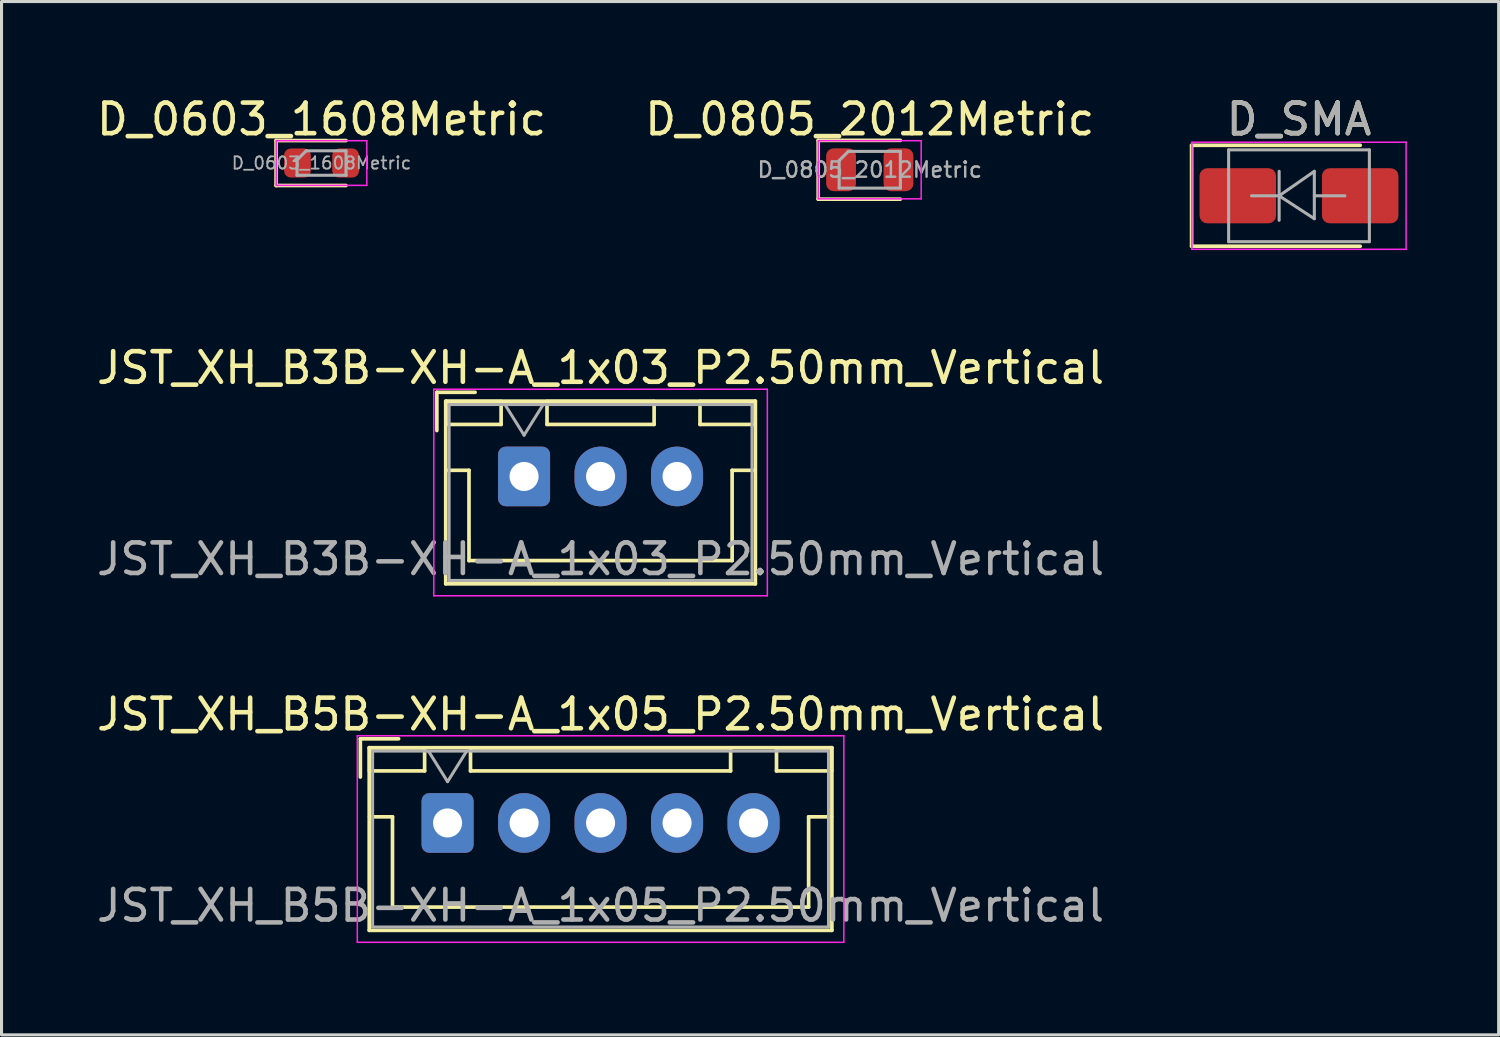
<source format=kicad_pcb>
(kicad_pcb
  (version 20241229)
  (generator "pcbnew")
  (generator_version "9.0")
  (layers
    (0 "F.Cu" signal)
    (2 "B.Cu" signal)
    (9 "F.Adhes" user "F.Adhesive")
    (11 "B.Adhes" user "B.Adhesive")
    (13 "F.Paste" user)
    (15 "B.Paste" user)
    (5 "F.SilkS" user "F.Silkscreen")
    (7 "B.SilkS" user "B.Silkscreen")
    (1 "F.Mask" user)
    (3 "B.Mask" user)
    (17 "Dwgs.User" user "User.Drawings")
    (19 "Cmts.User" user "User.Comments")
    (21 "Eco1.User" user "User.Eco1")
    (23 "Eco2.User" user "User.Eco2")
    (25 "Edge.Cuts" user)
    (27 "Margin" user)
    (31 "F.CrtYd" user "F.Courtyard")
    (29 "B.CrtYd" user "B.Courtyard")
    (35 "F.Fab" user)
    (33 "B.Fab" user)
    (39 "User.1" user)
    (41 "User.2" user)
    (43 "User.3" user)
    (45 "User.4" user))
  (footprint "D_0603_1608Metric"
    (layer "F.Cu")
    (at 7.458 2.278)
    (property "Reference" "D_0603_1608Metric" (at 0 -1.43 0) (layer "F.SilkS") (effects (font (size 1 1) (thickness 0.15))))
    (attr smd)
    (fp_line (start -1.485 -0.735) (end -1.485 0.735) (stroke (width 0.12) (type solid)) (layer "F.SilkS"))
    (fp_line (start -1.485 0.735) (end 0.8 0.735) (stroke (width 0.12) (type solid)) (layer "F.SilkS"))
    (fp_line (start 0.8 -0.735) (end -1.485 -0.735) (stroke (width 0.12) (type solid)) (layer "F.SilkS"))
    (fp_line (start -1.48 -0.73) (end 1.48 -0.73) (stroke (width 0.05) (type solid)) (layer "F.CrtYd"))
    (fp_line (start -1.48 0.73) (end -1.48 -0.73) (stroke (width 0.05) (type solid)) (layer "F.CrtYd"))
    (fp_line (start 1.48 -0.73) (end 1.48 0.73) (stroke (width 0.05) (type solid)) (layer "F.CrtYd"))
    (fp_line (start 1.48 0.73) (end -1.48 0.73) (stroke (width 0.05) (type solid)) (layer "F.CrtYd"))
    (fp_line (start -0.8 -0.1) (end -0.8 0.4) (stroke (width 0.1) (type solid)) (layer "F.Fab"))
    (fp_line (start -0.8 0.4) (end 0.8 0.4) (stroke (width 0.1) (type solid)) (layer "F.Fab"))
    (fp_line (start -0.5 -0.4) (end -0.8 -0.1) (stroke (width 0.1) (type solid)) (layer "F.Fab"))
    (fp_line (start 0.8 -0.4) (end -0.5 -0.4) (stroke (width 0.1) (type solid)) (layer "F.Fab"))
    (fp_line (start 0.8 0.4) (end 0.8 -0.4) (stroke (width 0.1) (type solid)) (layer "F.Fab"))
    (fp_text user "${REFERENCE}" (at 0 0 0) (layer "F.Fab") (effects (font (size 0.4 0.4) (thickness 0.06))))
    (pad "1" smd roundrect (at -0.787 0) (size 0.875 0.95) (layers "F.Cu" "F.Mask" "F.Paste") (roundrect_rratio 0.25))
    (pad "2" smd roundrect (at 0.787 0) (size 0.875 0.95) (layers "F.Cu" "F.Mask" "F.Paste") (roundrect_rratio 0.25)))
  (footprint "JST_XH_B5B-XH-A_1x05_P2.50mm_Vertical"
    (layer "F.Cu")
    (at 11.577 23.845)
    (property "Reference" "JST_XH_B5B-XH-A_1x05_P2.50mm_Vertical" (at 5 -3.55 0) (layer "F.SilkS") (effects (font (size 1 1) (thickness 0.15))))
    (attr through_hole)
    (fp_line (start -2.85 -2.75) (end -2.85 -1.5) (stroke (width 0.12) (type solid)) (layer "F.SilkS"))
    (fp_line (start -2.56 -2.46) (end -2.56 3.51) (stroke (width 0.12) (type solid)) (layer "F.SilkS"))
    (fp_line (start -2.56 3.51) (end 12.56 3.51) (stroke (width 0.12) (type solid)) (layer "F.SilkS"))
    (fp_line (start -2.55 -2.45) (end -2.55 -1.7) (stroke (width 0.12) (type solid)) (layer "F.SilkS"))
    (fp_line (start -2.55 -1.7) (end -0.75 -1.7) (stroke (width 0.12) (type solid)) (layer "F.SilkS"))
    (fp_line (start -2.55 -0.2) (end -1.8 -0.2) (stroke (width 0.12) (type solid)) (layer "F.SilkS"))
    (fp_line (start -1.8 -0.2) (end -1.8 2.75) (stroke (width 0.12) (type solid)) (layer "F.SilkS"))
    (fp_line (start -1.8 2.75) (end 5 2.75) (stroke (width 0.12) (type solid)) (layer "F.SilkS"))
    (fp_line (start -1.6 -2.75) (end -2.85 -2.75) (stroke (width 0.12) (type solid)) (layer "F.SilkS"))
    (fp_line (start -0.75 -2.45) (end -2.55 -2.45) (stroke (width 0.12) (type solid)) (layer "F.SilkS"))
    (fp_line (start -0.75 -1.7) (end -0.75 -2.45) (stroke (width 0.12) (type solid)) (layer "F.SilkS"))
    (fp_line (start 0.75 -2.45) (end 0.75 -1.7) (stroke (width 0.12) (type solid)) (layer "F.SilkS"))
    (fp_line (start 0.75 -1.7) (end 9.25 -1.7) (stroke (width 0.12) (type solid)) (layer "F.SilkS"))
    (fp_line (start 9.25 -2.45) (end 0.75 -2.45) (stroke (width 0.12) (type solid)) (layer "F.SilkS"))
    (fp_line (start 9.25 -1.7) (end 9.25 -2.45) (stroke (width 0.12) (type solid)) (layer "F.SilkS"))
    (fp_line (start 10.75 -2.45) (end 10.75 -1.7) (stroke (width 0.12) (type solid)) (layer "F.SilkS"))
    (fp_line (start 10.75 -1.7) (end 12.55 -1.7) (stroke (width 0.12) (type solid)) (layer "F.SilkS"))
    (fp_line (start 11.8 -0.2) (end 11.8 2.75) (stroke (width 0.12) (type solid)) (layer "F.SilkS"))
    (fp_line (start 11.8 2.75) (end 5 2.75) (stroke (width 0.12) (type solid)) (layer "F.SilkS"))
    (fp_line (start 12.55 -2.45) (end 10.75 -2.45) (stroke (width 0.12) (type solid)) (layer "F.SilkS"))
    (fp_line (start 12.55 -1.7) (end 12.55 -2.45) (stroke (width 0.12) (type solid)) (layer "F.SilkS"))
    (fp_line (start 12.55 -0.2) (end 11.8 -0.2) (stroke (width 0.12) (type solid)) (layer "F.SilkS"))
    (fp_line (start 12.56 -2.46) (end -2.56 -2.46) (stroke (width 0.12) (type solid)) (layer "F.SilkS"))
    (fp_line (start 12.56 3.51) (end 12.56 -2.46) (stroke (width 0.12) (type solid)) (layer "F.SilkS"))
    (fp_line (start -2.95 -2.85) (end -2.95 3.9) (stroke (width 0.05) (type solid)) (layer "F.CrtYd"))
    (fp_line (start -2.95 3.9) (end 12.95 3.9) (stroke (width 0.05) (type solid)) (layer "F.CrtYd"))
    (fp_line (start 12.95 -2.85) (end -2.95 -2.85) (stroke (width 0.05) (type solid)) (layer "F.CrtYd"))
    (fp_line (start 12.95 3.9) (end 12.95 -2.85) (stroke (width 0.05) (type solid)) (layer "F.CrtYd"))
    (fp_line (start -2.45 -2.35) (end -2.45 3.4) (stroke (width 0.1) (type solid)) (layer "F.Fab"))
    (fp_line (start -2.45 3.4) (end 12.45 3.4) (stroke (width 0.1) (type solid)) (layer "F.Fab"))
    (fp_line (start -0.625 -2.35) (end 0 -1.35) (stroke (width 0.1) (type solid)) (layer "F.Fab"))
    (fp_line (start 0 -1.35) (end 0.625 -2.35) (stroke (width 0.1) (type solid)) (layer "F.Fab"))
    (fp_line (start 12.45 -2.35) (end -2.45 -2.35) (stroke (width 0.1) (type solid)) (layer "F.Fab"))
    (fp_line (start 12.45 3.4) (end 12.45 -2.35) (stroke (width 0.1) (type solid)) (layer "F.Fab"))
    (fp_text user "${REFERENCE}" (at 5 2.7 0) (layer "F.Fab") (effects (font (size 1 1) (thickness 0.15))))
    (pad "1" thru_hole roundrect (at 0 0) (size 1.7 1.95) (drill 0.95) (layers "*.Cu" "*.Mask") (roundrect_rratio 0.147))
    (pad "2" thru_hole oval (at 2.5 0) (size 1.7 1.95) (drill 0.95) (layers "*.Cu" "*.Mask"))
    (pad "3" thru_hole oval (at 5 0) (size 1.7 1.95) (drill 0.95) (layers "*.Cu" "*.Mask"))
    (pad "4" thru_hole oval (at 7.5 0) (size 1.7 1.95) (drill 0.95) (layers "*.Cu" "*.Mask"))
    (pad "5" thru_hole oval (at 10 0) (size 1.7 1.95) (drill 0.95) (layers "*.Cu" "*.Mask")))
  (footprint "D_SMA"
    (layer "F.Cu")
    (at 39.403 3.348)
    (property "Reference" "D_SMA" (at 0 -2.5 0) (layer "F.SilkS") (effects (font (size 1 1) (thickness 0.15))))
    (attr smd)
    (fp_line (start -3.51 -1.65) (end -3.51 1.65) (stroke (width 0.12) (type solid)) (layer "F.SilkS"))
    (fp_line (start -3.51 -1.65) (end 2 -1.65) (stroke (width 0.12) (type solid)) (layer "F.SilkS"))
    (fp_line (start -3.51 1.65) (end 2 1.65) (stroke (width 0.12) (type solid)) (layer "F.SilkS"))
    (fp_line (start -3.5 -1.75) (end 3.5 -1.75) (stroke (width 0.05) (type solid)) (layer "F.CrtYd"))
    (fp_line (start -3.5 1.75) (end -3.5 -1.75) (stroke (width 0.05) (type solid)) (layer "F.CrtYd"))
    (fp_line (start 3.5 -1.75) (end 3.5 1.75) (stroke (width 0.05) (type solid)) (layer "F.CrtYd"))
    (fp_line (start 3.5 1.75) (end -3.5 1.75) (stroke (width 0.05) (type solid)) (layer "F.CrtYd"))
    (fp_line (start -2.3 1.5) (end -2.3 -1.5) (stroke (width 0.1) (type solid)) (layer "F.Fab"))
    (fp_line (start -0.649 -0.799) (end -0.649 0.801) (stroke (width 0.1) (type solid)) (layer "F.Fab"))
    (fp_line (start -0.649 0.001) (end -1.551 0.001) (stroke (width 0.1) (type solid)) (layer "F.Fab"))
    (fp_line (start -0.649 0.001) (end 0.501 -0.799) (stroke (width 0.1) (type solid)) (layer "F.Fab"))
    (fp_line (start -0.649 0.001) (end 0.501 0.75) (stroke (width 0.1) (type solid)) (layer "F.Fab"))
    (fp_line (start 0.501 0.001) (end 1.499 0.001) (stroke (width 0.1) (type solid)) (layer "F.Fab"))
    (fp_line (start 0.501 0.75) (end 0.501 -0.799) (stroke (width 0.1) (type solid)) (layer "F.Fab"))
    (fp_line (start 2.3 -1.5) (end -2.3 -1.5) (stroke (width 0.1) (type solid)) (layer "F.Fab"))
    (fp_line (start 2.3 -1.5) (end 2.3 1.5) (stroke (width 0.1) (type solid)) (layer "F.Fab"))
    (fp_line (start 2.3 1.5) (end -2.3 1.5) (stroke (width 0.1) (type solid)) (layer "F.Fab"))
    (fp_text user "${REFERENCE}" (at 0 -2.5 0) (layer "F.Fab") (effects (font (size 1 1) (thickness 0.15))))
    (pad "1" smd roundrect (at -2 0) (size 2.5 1.8) (layers "F.Cu" "F.Mask" "F.Paste") (roundrect_rratio 0.139))
    (pad "2" smd roundrect (at 2 0) (size 2.5 1.8) (layers "F.Cu" "F.Mask" "F.Paste") (roundrect_rratio 0.139)))
  (footprint "D_0805_2012Metric"
    (layer "F.Cu")
    (at 25.375 2.498)
    (property "Reference" "D_0805_2012Metric" (at 0 -1.65 0) (layer "F.SilkS") (effects (font (size 1 1) (thickness 0.15))))
    (attr smd)
    (fp_line (start -1.685 -0.96) (end -1.685 0.96) (stroke (width 0.12) (type solid)) (layer "F.SilkS"))
    (fp_line (start -1.685 0.96) (end 1 0.96) (stroke (width 0.12) (type solid)) (layer "F.SilkS"))
    (fp_line (start 1 -0.96) (end -1.685 -0.96) (stroke (width 0.12) (type solid)) (layer "F.SilkS"))
    (fp_line (start -1.68 -0.95) (end 1.68 -0.95) (stroke (width 0.05) (type solid)) (layer "F.CrtYd"))
    (fp_line (start -1.68 0.95) (end -1.68 -0.95) (stroke (width 0.05) (type solid)) (layer "F.CrtYd"))
    (fp_line (start 1.68 -0.95) (end 1.68 0.95) (stroke (width 0.05) (type solid)) (layer "F.CrtYd"))
    (fp_line (start 1.68 0.95) (end -1.68 0.95) (stroke (width 0.05) (type solid)) (layer "F.CrtYd"))
    (fp_line (start -1 -0.3) (end -1 0.6) (stroke (width 0.1) (type solid)) (layer "F.Fab"))
    (fp_line (start -1 0.6) (end 1 0.6) (stroke (width 0.1) (type solid)) (layer "F.Fab"))
    (fp_line (start -0.7 -0.6) (end -1 -0.3) (stroke (width 0.1) (type solid)) (layer "F.Fab"))
    (fp_line (start 1 -0.6) (end -0.7 -0.6) (stroke (width 0.1) (type solid)) (layer "F.Fab"))
    (fp_line (start 1 0.6) (end 1 -0.6) (stroke (width 0.1) (type solid)) (layer "F.Fab"))
    (fp_text user "${REFERENCE}" (at 0 0 0) (layer "F.Fab") (effects (font (size 0.5 0.5) (thickness 0.08))))
    (pad "1" smd roundrect (at -0.938 0) (size 0.975 1.4) (layers "F.Cu" "F.Mask" "F.Paste") (roundrect_rratio 0.25))
    (pad "2" smd roundrect (at 0.938 0) (size 0.975 1.4) (layers "F.Cu" "F.Mask" "F.Paste") (roundrect_rratio 0.25)))
  (footprint "JST_XH_B3B-XH-A_1x03_P2.50mm_Vertical"
    (layer "F.Cu")
    (at 14.077 12.521)
    (property "Reference" "JST_XH_B3B-XH-A_1x03_P2.50mm_Vertical" (at 2.5 -3.55 0) (layer "F.SilkS") (effects (font (size 1 1) (thickness 0.15))))
    (attr through_hole)
    (fp_line (start -2.85 -2.75) (end -2.85 -1.5) (stroke (width 0.12) (type solid)) (layer "F.SilkS"))
    (fp_line (start -2.56 -2.46) (end -2.56 3.51) (stroke (width 0.12) (type solid)) (layer "F.SilkS"))
    (fp_line (start -2.56 3.51) (end 7.56 3.51) (stroke (width 0.12) (type solid)) (layer "F.SilkS"))
    (fp_line (start -2.55 -2.45) (end -2.55 -1.7) (stroke (width 0.12) (type solid)) (layer "F.SilkS"))
    (fp_line (start -2.55 -1.7) (end -0.75 -1.7) (stroke (width 0.12) (type solid)) (layer "F.SilkS"))
    (fp_line (start -2.55 -0.2) (end -1.8 -0.2) (stroke (width 0.12) (type solid)) (layer "F.SilkS"))
    (fp_line (start -1.8 -0.2) (end -1.8 2.75) (stroke (width 0.12) (type solid)) (layer "F.SilkS"))
    (fp_line (start -1.8 2.75) (end 2.5 2.75) (stroke (width 0.12) (type solid)) (layer "F.SilkS"))
    (fp_line (start -1.6 -2.75) (end -2.85 -2.75) (stroke (width 0.12) (type solid)) (layer "F.SilkS"))
    (fp_line (start -0.75 -2.45) (end -2.55 -2.45) (stroke (width 0.12) (type solid)) (layer "F.SilkS"))
    (fp_line (start -0.75 -1.7) (end -0.75 -2.45) (stroke (width 0.12) (type solid)) (layer "F.SilkS"))
    (fp_line (start 0.75 -2.45) (end 0.75 -1.7) (stroke (width 0.12) (type solid)) (layer "F.SilkS"))
    (fp_line (start 0.75 -1.7) (end 4.25 -1.7) (stroke (width 0.12) (type solid)) (layer "F.SilkS"))
    (fp_line (start 4.25 -2.45) (end 0.75 -2.45) (stroke (width 0.12) (type solid)) (layer "F.SilkS"))
    (fp_line (start 4.25 -1.7) (end 4.25 -2.45) (stroke (width 0.12) (type solid)) (layer "F.SilkS"))
    (fp_line (start 5.75 -2.45) (end 5.75 -1.7) (stroke (width 0.12) (type solid)) (layer "F.SilkS"))
    (fp_line (start 5.75 -1.7) (end 7.55 -1.7) (stroke (width 0.12) (type solid)) (layer "F.SilkS"))
    (fp_line (start 6.8 -0.2) (end 6.8 2.75) (stroke (width 0.12) (type solid)) (layer "F.SilkS"))
    (fp_line (start 6.8 2.75) (end 2.5 2.75) (stroke (width 0.12) (type solid)) (layer "F.SilkS"))
    (fp_line (start 7.55 -2.45) (end 5.75 -2.45) (stroke (width 0.12) (type solid)) (layer "F.SilkS"))
    (fp_line (start 7.55 -1.7) (end 7.55 -2.45) (stroke (width 0.12) (type solid)) (layer "F.SilkS"))
    (fp_line (start 7.55 -0.2) (end 6.8 -0.2) (stroke (width 0.12) (type solid)) (layer "F.SilkS"))
    (fp_line (start 7.56 -2.46) (end -2.56 -2.46) (stroke (width 0.12) (type solid)) (layer "F.SilkS"))
    (fp_line (start 7.56 3.51) (end 7.56 -2.46) (stroke (width 0.12) (type solid)) (layer "F.SilkS"))
    (fp_line (start -2.95 -2.85) (end -2.95 3.9) (stroke (width 0.05) (type solid)) (layer "F.CrtYd"))
    (fp_line (start -2.95 3.9) (end 7.95 3.9) (stroke (width 0.05) (type solid)) (layer "F.CrtYd"))
    (fp_line (start 7.95 -2.85) (end -2.95 -2.85) (stroke (width 0.05) (type solid)) (layer "F.CrtYd"))
    (fp_line (start 7.95 3.9) (end 7.95 -2.85) (stroke (width 0.05) (type solid)) (layer "F.CrtYd"))
    (fp_line (start -2.45 -2.35) (end -2.45 3.4) (stroke (width 0.1) (type solid)) (layer "F.Fab"))
    (fp_line (start -2.45 3.4) (end 7.45 3.4) (stroke (width 0.1) (type solid)) (layer "F.Fab"))
    (fp_line (start -0.625 -2.35) (end 0 -1.35) (stroke (width 0.1) (type solid)) (layer "F.Fab"))
    (fp_line (start 0 -1.35) (end 0.625 -2.35) (stroke (width 0.1) (type solid)) (layer "F.Fab"))
    (fp_line (start 7.45 -2.35) (end -2.45 -2.35) (stroke (width 0.1) (type solid)) (layer "F.Fab"))
    (fp_line (start 7.45 3.4) (end 7.45 -2.35) (stroke (width 0.1) (type solid)) (layer "F.Fab"))
    (fp_text user "${REFERENCE}" (at 2.5 2.7 0) (layer "F.Fab") (effects (font (size 1 1) (thickness 0.15))))
    (pad "1" thru_hole roundrect (at 0 0) (size 1.7 1.95) (drill 0.95) (layers "*.Cu" "*.Mask") (roundrect_rratio 0.147))
    (pad "2" thru_hole oval (at 2.5 0) (size 1.7 1.95) (drill 0.95) (layers "*.Cu" "*.Mask"))
    (pad "3" thru_hole oval (at 5 0) (size 1.7 1.95) (drill 0.95) (layers "*.Cu" "*.Mask")))
  (gr_rect
    (start -3 -3)
    (end 45.928 30.77)
    (stroke (width 0.1) (type default))
    (fill no)
    (layer "Edge.Cuts")))
</source>
